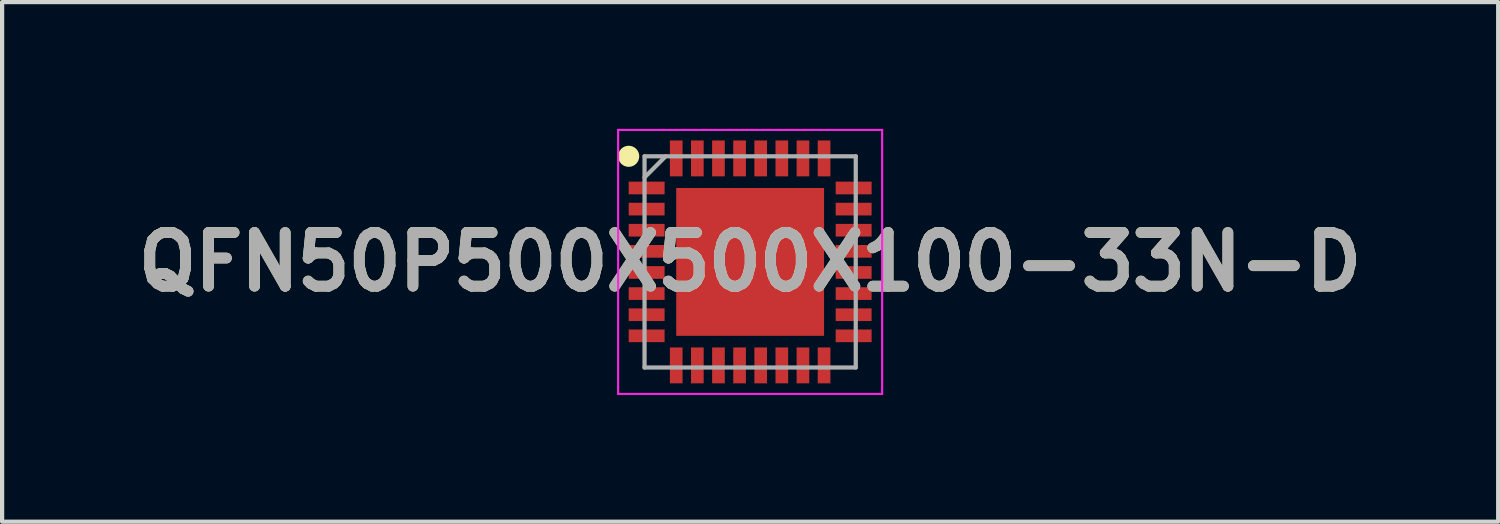
<source format=kicad_pcb>
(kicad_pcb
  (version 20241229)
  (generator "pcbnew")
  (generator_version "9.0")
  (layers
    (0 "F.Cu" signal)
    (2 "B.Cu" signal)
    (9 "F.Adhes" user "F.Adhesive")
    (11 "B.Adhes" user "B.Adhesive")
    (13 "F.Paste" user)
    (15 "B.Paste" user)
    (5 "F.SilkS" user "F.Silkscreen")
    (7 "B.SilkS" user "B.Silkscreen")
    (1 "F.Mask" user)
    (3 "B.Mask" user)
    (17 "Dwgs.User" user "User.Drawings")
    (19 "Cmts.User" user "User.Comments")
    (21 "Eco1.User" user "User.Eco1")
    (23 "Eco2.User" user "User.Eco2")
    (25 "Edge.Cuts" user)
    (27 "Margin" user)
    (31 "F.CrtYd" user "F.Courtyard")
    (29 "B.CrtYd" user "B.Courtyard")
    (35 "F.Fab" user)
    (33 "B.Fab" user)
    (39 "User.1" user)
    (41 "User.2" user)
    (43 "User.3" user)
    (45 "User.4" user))
  (footprint "QFN50P500X500X100-33N-D"
    (layer "F.Cu")
    (at 14.708 3.15)
    (property "Reference" "QFN50P500X500X100-33N-D" (at 0 0 0) (layer "F.SilkS") (effects (font (size 1.27 1.27) (thickness 0.254))))
    (attr smd)
    (fp_circle (center -2.875 -2.5) (end -2.875 -2.375) (stroke (width 0.25) (type solid)) (fill no) (layer "F.SilkS"))
    (fp_line (start -3.125 -3.125) (end 3.125 -3.125) (stroke (width 0.05) (type solid)) (layer "F.CrtYd"))
    (fp_line (start -3.125 3.125) (end -3.125 -3.125) (stroke (width 0.05) (type solid)) (layer "F.CrtYd"))
    (fp_line (start 3.125 -3.125) (end 3.125 3.125) (stroke (width 0.05) (type solid)) (layer "F.CrtYd"))
    (fp_line (start 3.125 3.125) (end -3.125 3.125) (stroke (width 0.05) (type solid)) (layer "F.CrtYd"))
    (fp_line (start -2.5 -2.5) (end 2.5 -2.5) (stroke (width 0.1) (type solid)) (layer "F.Fab"))
    (fp_line (start -2.5 -2) (end -2 -2.5) (stroke (width 0.1) (type solid)) (layer "F.Fab"))
    (fp_line (start -2.5 2.5) (end -2.5 -2.5) (stroke (width 0.1) (type solid)) (layer "F.Fab"))
    (fp_line (start 2.5 -2.5) (end 2.5 2.5) (stroke (width 0.1) (type solid)) (layer "F.Fab"))
    (fp_line (start 2.5 2.5) (end -2.5 2.5) (stroke (width 0.1) (type solid)) (layer "F.Fab"))
    (fp_text user "${REFERENCE}" (at 0 0 0) (layer "F.Fab") (effects (font (size 1.27 1.27) (thickness 0.254))))
    (pad "1" smd rect (at -2.45 -1.75 90) (size 0.3 0.85) (layers "F.Cu" "F.Mask" "F.Paste"))
    (pad "2" smd rect (at -2.45 -1.25 90) (size 0.3 0.85) (layers "F.Cu" "F.Mask" "F.Paste"))
    (pad "3" smd rect (at -2.45 -0.75 90) (size 0.3 0.85) (layers "F.Cu" "F.Mask" "F.Paste"))
    (pad "4" smd rect (at -2.45 -0.25 90) (size 0.3 0.85) (layers "F.Cu" "F.Mask" "F.Paste"))
    (pad "5" smd rect (at -2.45 0.25 90) (size 0.3 0.85) (layers "F.Cu" "F.Mask" "F.Paste"))
    (pad "6" smd rect (at -2.45 0.75 90) (size 0.3 0.85) (layers "F.Cu" "F.Mask" "F.Paste"))
    (pad "7" smd rect (at -2.45 1.25 90) (size 0.3 0.85) (layers "F.Cu" "F.Mask" "F.Paste"))
    (pad "8" smd rect (at -2.45 1.75 90) (size 0.3 0.85) (layers "F.Cu" "F.Mask" "F.Paste"))
    (pad "9" smd rect (at -1.75 2.45) (size 0.3 0.85) (layers "F.Cu" "F.Mask" "F.Paste"))
    (pad "10" smd rect (at -1.25 2.45) (size 0.3 0.85) (layers "F.Cu" "F.Mask" "F.Paste"))
    (pad "11" smd rect (at -0.75 2.45) (size 0.3 0.85) (layers "F.Cu" "F.Mask" "F.Paste"))
    (pad "12" smd rect (at -0.25 2.45) (size 0.3 0.85) (layers "F.Cu" "F.Mask" "F.Paste"))
    (pad "13" smd rect (at 0.25 2.45) (size 0.3 0.85) (layers "F.Cu" "F.Mask" "F.Paste"))
    (pad "14" smd rect (at 0.75 2.45) (size 0.3 0.85) (layers "F.Cu" "F.Mask" "F.Paste"))
    (pad "15" smd rect (at 1.25 2.45) (size 0.3 0.85) (layers "F.Cu" "F.Mask" "F.Paste"))
    (pad "16" smd rect (at 1.75 2.45) (size 0.3 0.85) (layers "F.Cu" "F.Mask" "F.Paste"))
    (pad "17" smd rect (at 2.45 1.75 90) (size 0.3 0.85) (layers "F.Cu" "F.Mask" "F.Paste"))
    (pad "18" smd rect (at 2.45 1.25 90) (size 0.3 0.85) (layers "F.Cu" "F.Mask" "F.Paste"))
    (pad "19" smd rect (at 2.45 0.75 90) (size 0.3 0.85) (layers "F.Cu" "F.Mask" "F.Paste"))
    (pad "20" smd rect (at 2.45 0.25 90) (size 0.3 0.85) (layers "F.Cu" "F.Mask" "F.Paste"))
    (pad "21" smd rect (at 2.45 -0.25 90) (size 0.3 0.85) (layers "F.Cu" "F.Mask" "F.Paste"))
    (pad "22" smd rect (at 2.45 -0.75 90) (size 0.3 0.85) (layers "F.Cu" "F.Mask" "F.Paste"))
    (pad "23" smd rect (at 2.45 -1.25 90) (size 0.3 0.85) (layers "F.Cu" "F.Mask" "F.Paste"))
    (pad "24" smd rect (at 2.45 -1.75 90) (size 0.3 0.85) (layers "F.Cu" "F.Mask" "F.Paste"))
    (pad "25" smd rect (at 1.75 -2.45) (size 0.3 0.85) (layers "F.Cu" "F.Mask" "F.Paste"))
    (pad "26" smd rect (at 1.25 -2.45) (size 0.3 0.85) (layers "F.Cu" "F.Mask" "F.Paste"))
    (pad "27" smd rect (at 0.75 -2.45) (size 0.3 0.85) (layers "F.Cu" "F.Mask" "F.Paste"))
    (pad "28" smd rect (at 0.25 -2.45) (size 0.3 0.85) (layers "F.Cu" "F.Mask" "F.Paste"))
    (pad "29" smd rect (at -0.25 -2.45) (size 0.3 0.85) (layers "F.Cu" "F.Mask" "F.Paste"))
    (pad "30" smd rect (at -0.75 -2.45) (size 0.3 0.85) (layers "F.Cu" "F.Mask" "F.Paste"))
    (pad "31" smd rect (at -1.25 -2.45) (size 0.3 0.85) (layers "F.Cu" "F.Mask" "F.Paste"))
    (pad "32" smd rect (at -1.75 -2.45) (size 0.3 0.85) (layers "F.Cu" "F.Mask" "F.Paste"))
    (pad "33" smd rect (at 0 0) (size 3.5 3.5) (layers "F.Cu" "F.Mask" "F.Paste")))
  (gr_rect
    (start -3 -3)
    (end 32.416 9.3)
    (stroke (width 0.1) (type default))
    (fill no)
    (layer "Edge.Cuts")))
</source>
